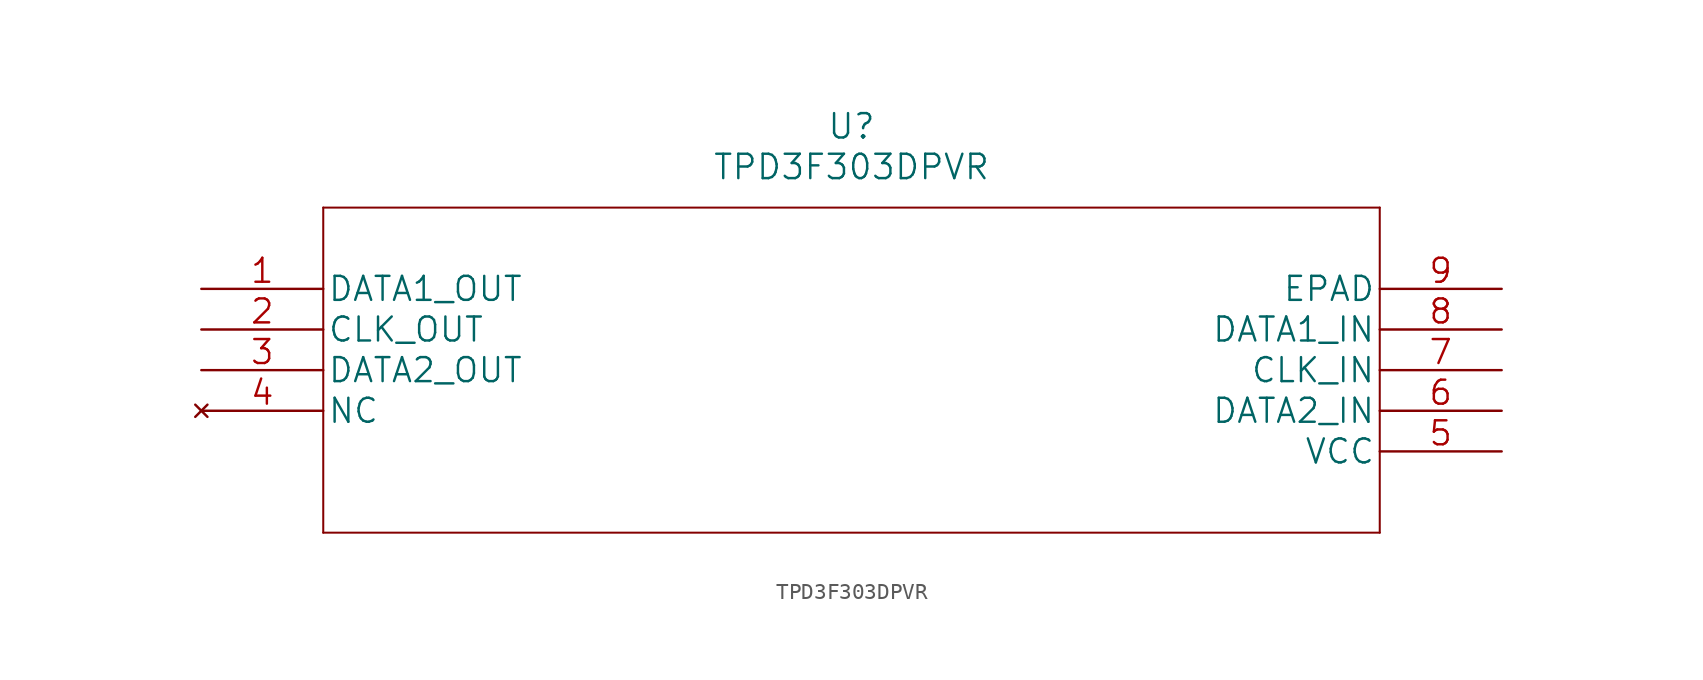
<source format=kicad_sym>
(kicad_symbol_lib
  (version 20220914)
  (generator kicad_symbol_editor)
  (symbol "TPD3F303DPVR"
    (pin_names
      (offset 0.254))
    (property "Reference" "U"
      (at 40.64 10.16 0)
      (effects (font (size 1.524 1.524))))
    (property "Value" "TPD3F303DPVR"
      (at 40.64 7.62 0)
      (effects (font (size 1.524 1.524))))
    (property "Datasheet" ""
      (at 0 0 0)
      (effects (font (size 1.524 1.524))))
    (property "ki_locked" ""
      (at 0 0 0)
      (effects (font (size 1.27 1.27))))
    (symbol "TPD3F303DPVR_1_1"
      (polyline (pts (xy 7.62 -15.24) (xy 73.66 -15.24)) (stroke (width 0.127) (type solid)) (fill (type none)))
      (polyline (pts (xy 7.62 5.08) (xy 7.62 -15.24)) (stroke (width 0.127) (type solid)) (fill (type none)))
      (polyline (pts (xy 73.66 -15.24) (xy 73.66 5.08)) (stroke (width 0.127) (type solid)) (fill (type none)))
      (polyline (pts (xy 73.66 5.08) (xy 7.62 5.08)) (stroke (width 0.127) (type solid)) (fill (type none)))
      (pin output line (at 0 0 0) (length 7.62) (name "DATA1_OUT" (effects (font (size 1.499 1.499)))) (number "1" (effects (font (size 1.499 1.499)))))
      (pin output line (at 0 -2.54 0) (length 7.62) (name "CLK_OUT" (effects (font (size 1.499 1.499)))) (number "2" (effects (font (size 1.499 1.499)))))
      (pin output line (at 0 -5.08 0) (length 7.62) (name "DATA2_OUT" (effects (font (size 1.499 1.499)))) (number "3" (effects (font (size 1.499 1.499)))))
      (pin no_connect line (at 0 -7.62 0) (length 7.62) (name "NC" (effects (font (size 1.499 1.499)))) (number "4" (effects (font (size 1.499 1.499)))))
      (pin power_in line (at 81.28 -10.16 180) (length 7.62) (name "VCC" (effects (font (size 1.499 1.499)))) (number "5" (effects (font (size 1.499 1.499)))))
      (pin input line (at 81.28 -7.62 180) (length 7.62) (name "DATA2_IN" (effects (font (size 1.499 1.499)))) (number "6" (effects (font (size 1.499 1.499)))))
      (pin input line (at 81.28 -5.08 180) (length 7.62) (name "CLK_IN" (effects (font (size 1.499 1.499)))) (number "7" (effects (font (size 1.499 1.499)))))
      (pin input line (at 81.28 -2.54 180) (length 7.62) (name "DATA1_IN" (effects (font (size 1.499 1.499)))) (number "8" (effects (font (size 1.499 1.499)))))
      (pin unspecified line (at 81.28 0 180) (length 7.62) (name "EPAD" (effects (font (size 1.499 1.499)))) (number "9" (effects (font (size 1.499 1.499))))))))
</source>
